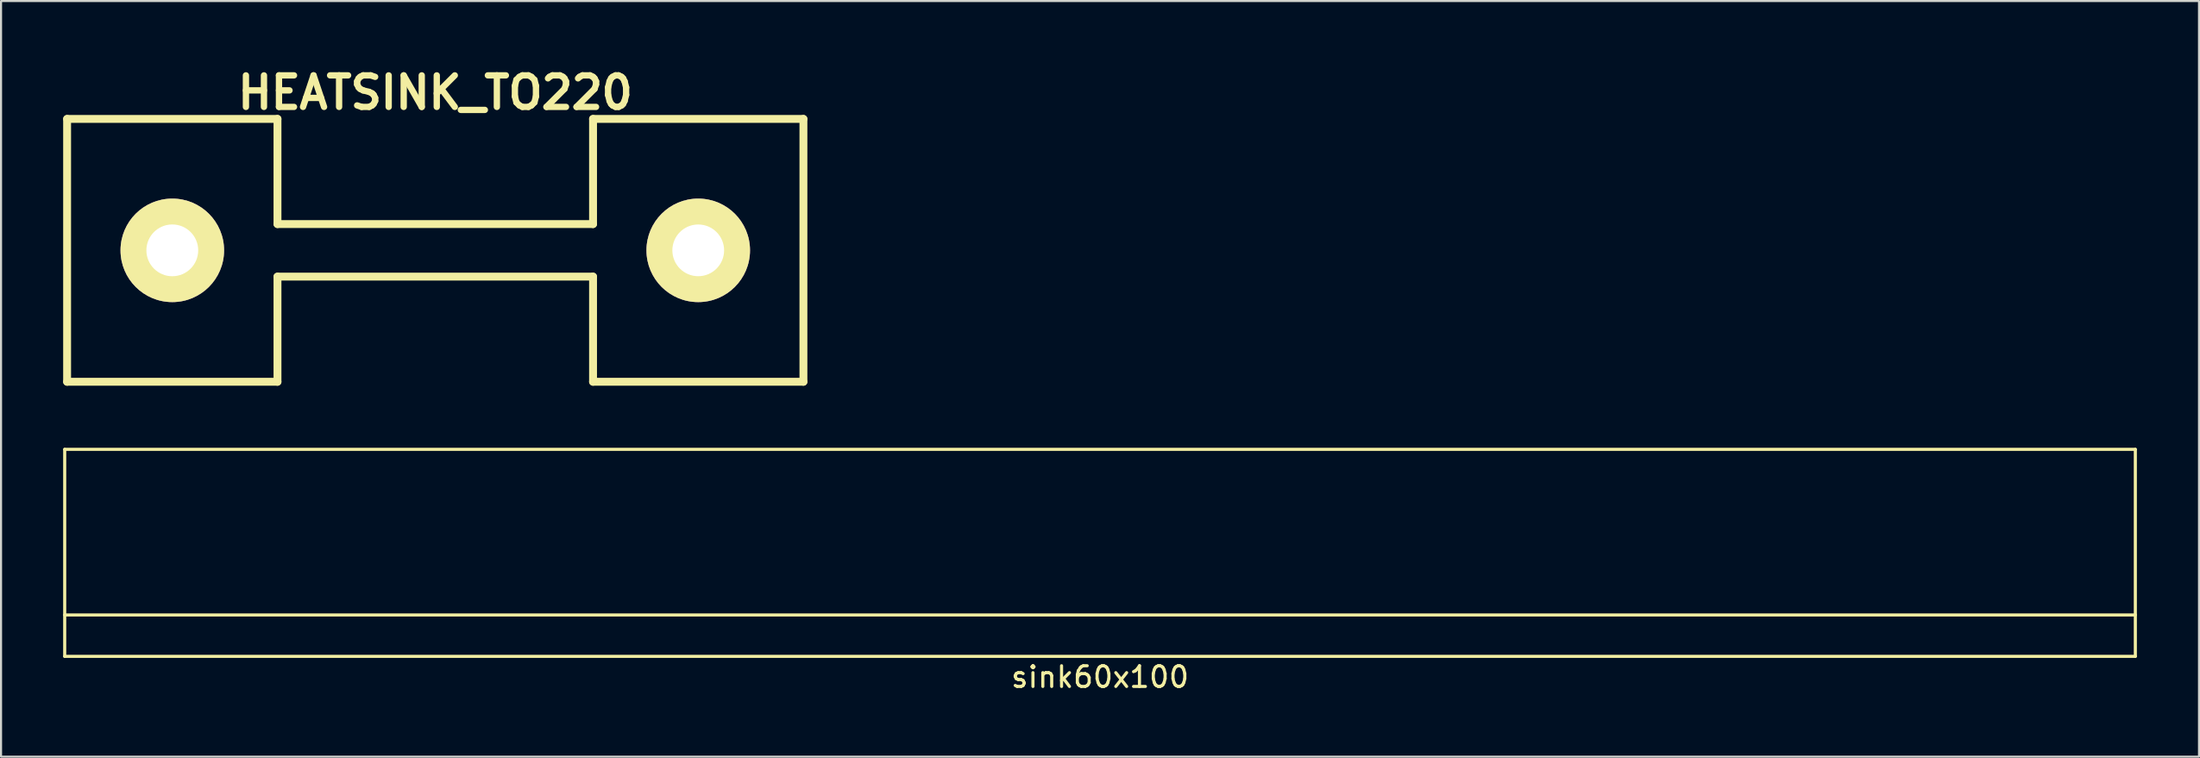
<source format=kicad_pcb>
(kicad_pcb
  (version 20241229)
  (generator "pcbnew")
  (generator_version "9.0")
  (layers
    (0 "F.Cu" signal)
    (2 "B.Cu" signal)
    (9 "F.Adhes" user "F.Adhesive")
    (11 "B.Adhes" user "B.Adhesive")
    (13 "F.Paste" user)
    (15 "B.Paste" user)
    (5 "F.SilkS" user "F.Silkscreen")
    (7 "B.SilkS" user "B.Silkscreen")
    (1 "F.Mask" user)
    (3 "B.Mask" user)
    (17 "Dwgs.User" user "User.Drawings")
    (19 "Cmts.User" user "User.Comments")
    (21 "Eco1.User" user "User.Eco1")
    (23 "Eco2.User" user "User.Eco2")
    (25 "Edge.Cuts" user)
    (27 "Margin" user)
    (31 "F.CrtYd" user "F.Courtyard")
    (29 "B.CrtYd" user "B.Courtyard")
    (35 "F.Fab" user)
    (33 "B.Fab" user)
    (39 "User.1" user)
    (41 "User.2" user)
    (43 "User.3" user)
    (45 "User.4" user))
  (footprint "sink60x100"
    (layer "F.Cu")
    (at 50.075 28.662)
    (property "Reference" "sink60x100" (at 0 1 0) (layer "F.SilkS") (effects (font (size 1 1) (thickness 0.15))))
    (attr through_hole)
    (fp_line (start -50 -10) (end -50 0) (stroke (width 0.15) (type solid)) (layer "F.SilkS"))
    (fp_line (start -50 0) (end 50 0) (stroke (width 0.15) (type solid)) (layer "F.SilkS"))
    (fp_line (start 50 -10) (end -50 -10) (stroke (width 0.15) (type solid)) (layer "F.SilkS"))
    (fp_line (start 50 -2) (end -50 -2) (stroke (width 0.15) (type solid)) (layer "F.SilkS"))
    (fp_line (start 50 0) (end 50 -10) (stroke (width 0.15) (type solid)) (layer "F.SilkS")))
  (footprint "HEATSINK_TO220"
    (layer "F.Cu")
    (at 17.971 9.046)
    (property "Reference" "HEATSINK_TO220" (at 0 -7.62 0) (layer "F.SilkS") (effects (font (size 1.524 1.524) (thickness 0.305))))
    (attr through_hole)
    (fp_line (start -17.78 -6.35) (end -7.62 -6.35) (stroke (width 0.381) (type solid)) (layer "F.SilkS"))
    (fp_line (start -17.78 6.35) (end -17.78 -6.35) (stroke (width 0.381) (type solid)) (layer "F.SilkS"))
    (fp_line (start -17.78 6.35) (end -7.62 6.35) (stroke (width 0.381) (type solid)) (layer "F.SilkS"))
    (fp_line (start -7.62 -6.35) (end -7.62 -1.27) (stroke (width 0.381) (type solid)) (layer "F.SilkS"))
    (fp_line (start -7.62 -1.27) (end 7.62 -1.27) (stroke (width 0.381) (type solid)) (layer "F.SilkS"))
    (fp_line (start -7.62 1.27) (end -7.62 6.35) (stroke (width 0.381) (type solid)) (layer "F.SilkS"))
    (fp_line (start 7.62 -6.35) (end 17.78 -6.35) (stroke (width 0.381) (type solid)) (layer "F.SilkS"))
    (fp_line (start 7.62 -1.27) (end 7.62 -6.35) (stroke (width 0.381) (type solid)) (layer "F.SilkS"))
    (fp_line (start 7.62 1.27) (end -7.62 1.27) (stroke (width 0.381) (type solid)) (layer "F.SilkS"))
    (fp_line (start 7.62 6.35) (end 7.62 1.27) (stroke (width 0.381) (type solid)) (layer "F.SilkS"))
    (fp_line (start 7.62 6.35) (end 17.78 6.35) (stroke (width 0.381) (type solid)) (layer "F.SilkS"))
    (fp_line (start 17.78 -6.35) (end 17.78 6.35) (stroke (width 0.381) (type solid)) (layer "F.SilkS"))
    (pad "" thru_hole circle (at -12.7 0) (size 5.001 5.001) (drill 2.502) (layers "*.Cu" "*.Mask" "F.SilkS"))
    (pad "" thru_hole circle (at 12.7 0) (size 5.001 5.001) (drill 2.499) (layers "*.Cu" "*.Mask" "F.SilkS")))
  (gr_rect
    (start -3 -3)
    (end 103.15 33.51)
    (stroke (width 0.1) (type default))
    (fill no)
    (layer "Edge.Cuts")))
</source>
